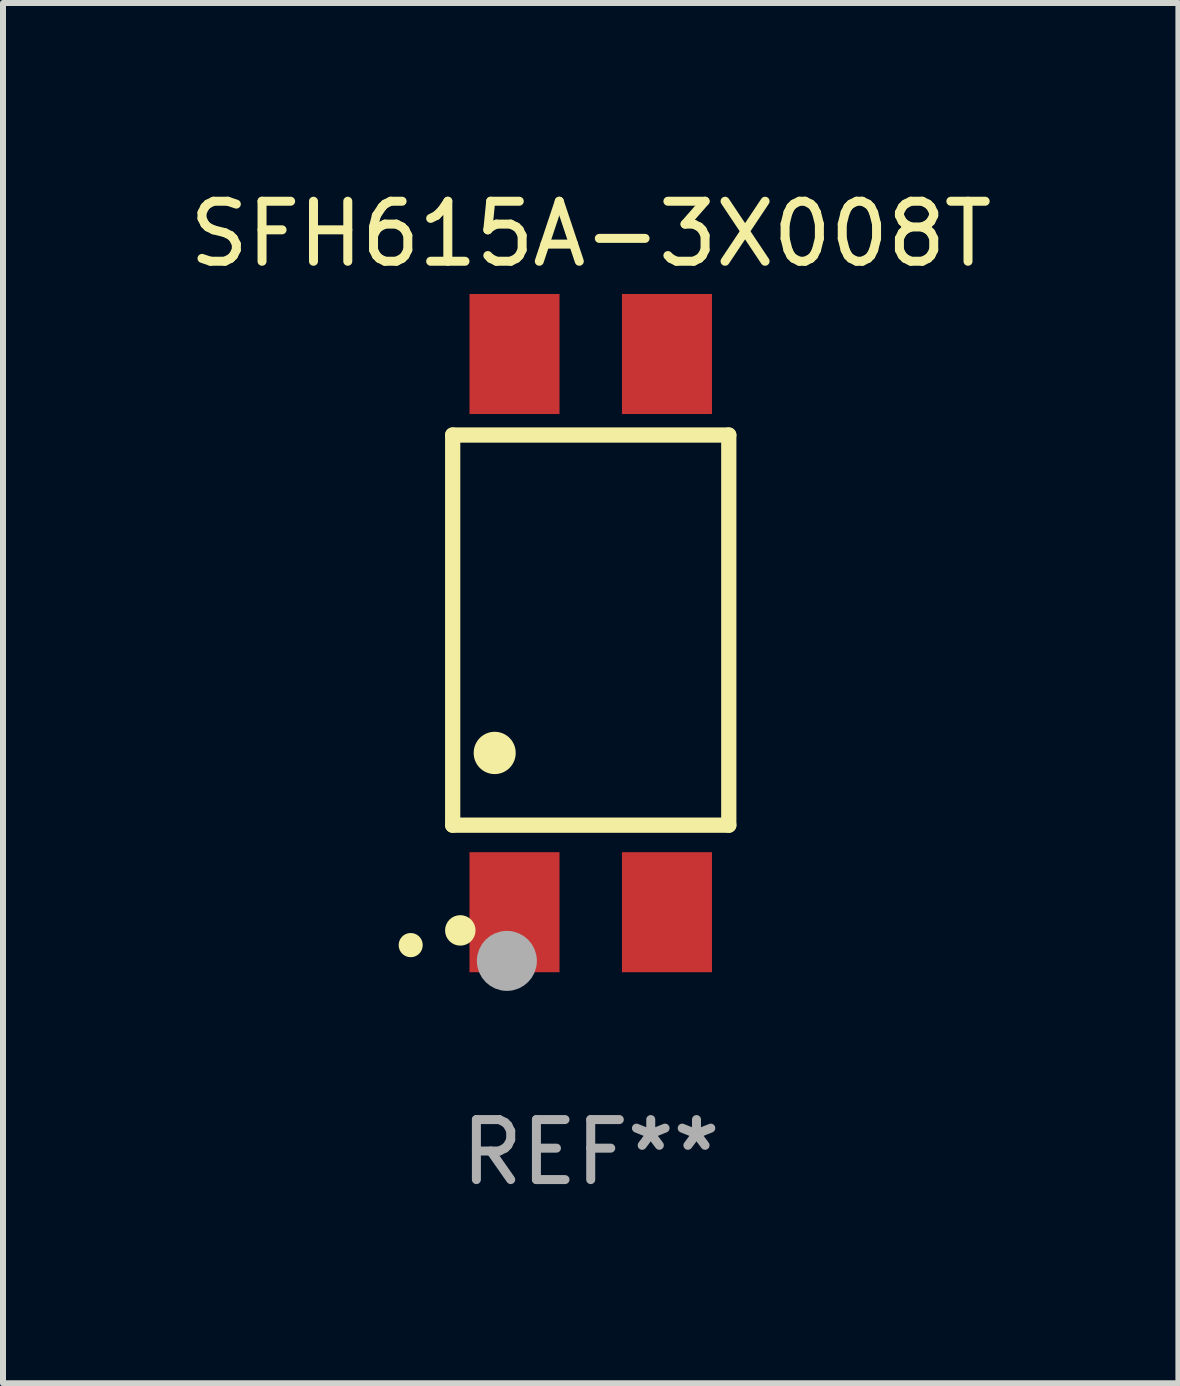
<source format=kicad_pcb>
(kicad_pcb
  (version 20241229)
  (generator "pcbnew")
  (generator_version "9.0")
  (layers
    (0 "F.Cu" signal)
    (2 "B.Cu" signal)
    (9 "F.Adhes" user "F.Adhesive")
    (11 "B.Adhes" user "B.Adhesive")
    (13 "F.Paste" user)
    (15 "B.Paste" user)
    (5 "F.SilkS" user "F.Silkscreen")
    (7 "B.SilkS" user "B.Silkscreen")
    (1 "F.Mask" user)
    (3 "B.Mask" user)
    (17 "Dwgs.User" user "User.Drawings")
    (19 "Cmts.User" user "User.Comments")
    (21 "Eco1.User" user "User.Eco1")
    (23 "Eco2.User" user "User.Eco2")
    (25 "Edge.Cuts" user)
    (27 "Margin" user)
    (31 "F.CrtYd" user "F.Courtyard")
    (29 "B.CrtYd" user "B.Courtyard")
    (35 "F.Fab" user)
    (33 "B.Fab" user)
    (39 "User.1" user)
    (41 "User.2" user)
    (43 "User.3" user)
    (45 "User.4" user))
  (footprint "SFH615A-3X008T"
    (layer "F.Cu")
    (at 6.792 7.498)
    (property "Reference" "SFH615A-3X008T" (at 0 -6.65 0) (layer "F.SilkS") (effects (font (size 1 1) (thickness 0.15))))
    (attr through_hole)
    (fp_line (start -2.3 -3.3) (end -2.3 3.2) (stroke (width 0.254) (type solid)) (layer "F.SilkS"))
    (fp_line (start -2.3 -3.3) (end 2.3 -3.3) (stroke (width 0.254) (type solid)) (layer "F.SilkS"))
    (fp_line (start -2.3 3.2) (end 2.3 3.2) (stroke (width 0.254) (type solid)) (layer "F.SilkS"))
    (fp_line (start 2.3 -3.3) (end 2.3 3.2) (stroke (width 0.254) (type solid)) (layer "F.SilkS"))
    (fp_arc (start -2.999746 5.19939) (mid -2.99975 5.19812) (end -2.999746 5.19685) (stroke (width 0.4) (type solid)) (layer "F.SilkS"))
    (fp_arc (start -1.600203 1.998984) (mid -1.600212 1.996444) (end -1.600203 1.993904) (stroke (width 0.700003) (type solid)) (layer "F.SilkS"))
    (fp_circle (center -2.173 4.953) (end -2.046 4.953) (stroke (width 0.254) (type solid)) (fill no) (layer "F.SilkS"))
    (fp_circle (center -1.397 5.461) (end -1.147 5.461) (stroke (width 0.5) (type solid)) (fill no) (layer "F.Fab"))
    (fp_text user "REF**" (at 0 8.65 0) (layer "F.Fab") (effects (font (size 1 1) (thickness 0.15))))
    (pad "1" smd rect (at -1.27 4.65 180) (size 1.5 2) (layers "F.Cu" "F.Mask" "F.Paste"))
    (pad "2" smd rect (at 1.27 4.65 180) (size 1.5 2) (layers "F.Cu" "F.Mask" "F.Paste"))
    (pad "3" smd rect (at 1.27 -4.65 180) (size 1.5 2) (layers "F.Cu" "F.Mask" "F.Paste"))
    (pad "4" smd rect (at -1.27 -4.65 180) (size 1.5 2) (layers "F.Cu" "F.Mask" "F.Paste")))
  (gr_rect
    (start -3 -3)
    (end 16.583 19.996)
    (stroke (width 0.1) (type default))
    (fill no)
    (layer "Edge.Cuts")))
</source>
